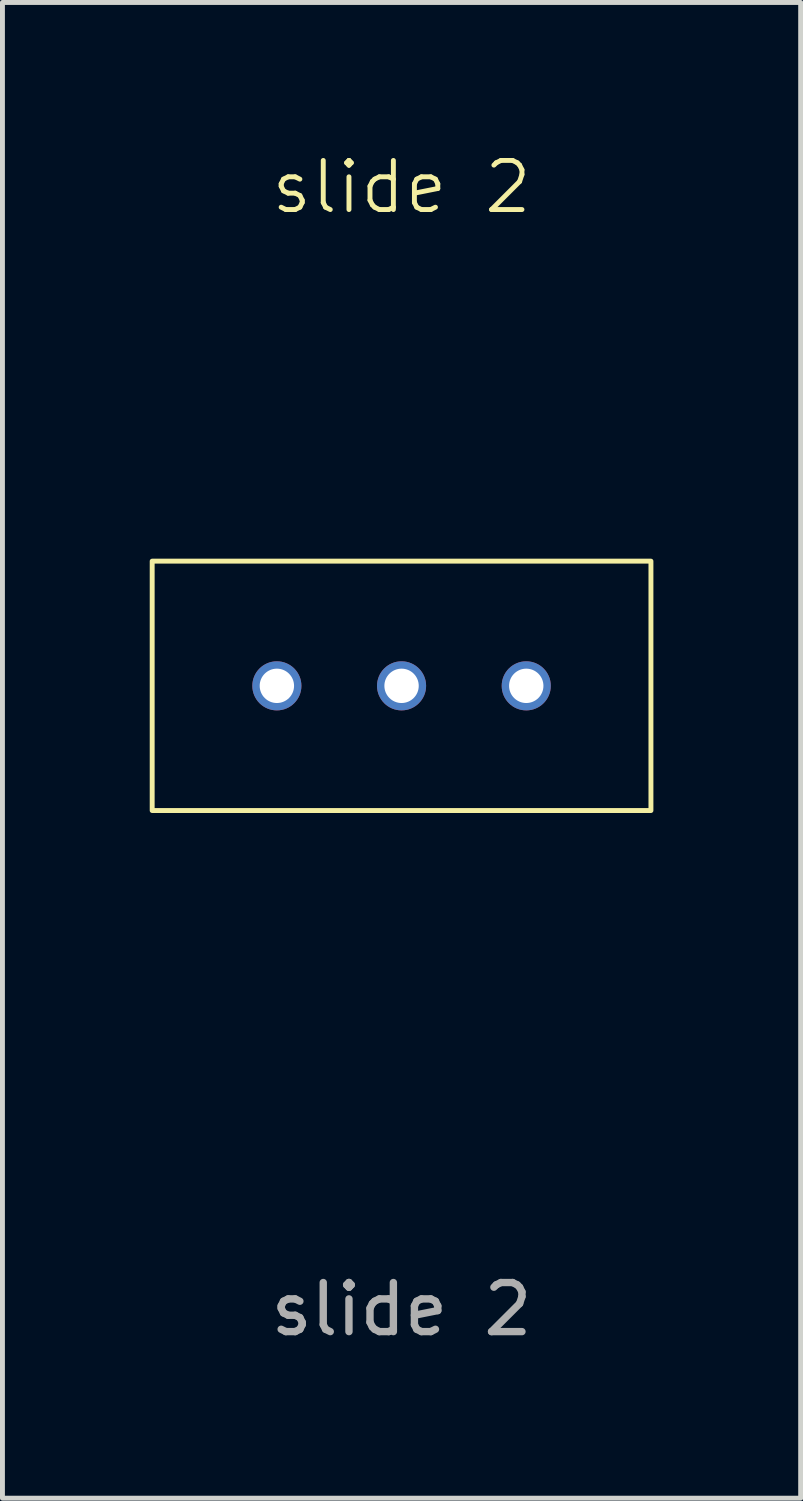
<source format=kicad_pcb>
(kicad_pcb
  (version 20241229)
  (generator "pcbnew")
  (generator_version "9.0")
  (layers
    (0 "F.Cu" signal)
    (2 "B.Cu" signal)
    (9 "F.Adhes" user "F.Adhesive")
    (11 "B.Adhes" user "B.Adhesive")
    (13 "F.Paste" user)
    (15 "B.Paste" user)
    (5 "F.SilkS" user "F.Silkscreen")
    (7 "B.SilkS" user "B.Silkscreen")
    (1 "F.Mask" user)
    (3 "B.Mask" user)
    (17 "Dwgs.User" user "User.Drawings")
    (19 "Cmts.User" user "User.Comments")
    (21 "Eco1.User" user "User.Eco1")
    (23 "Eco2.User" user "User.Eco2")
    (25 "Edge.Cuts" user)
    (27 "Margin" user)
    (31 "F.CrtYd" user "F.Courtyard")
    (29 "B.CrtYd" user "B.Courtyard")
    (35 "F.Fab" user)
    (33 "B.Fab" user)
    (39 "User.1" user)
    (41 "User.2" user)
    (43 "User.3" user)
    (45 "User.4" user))
  (footprint "slide 2"
    (layer "F.Cu")
    (at 5.13 10.921)
    (property "Reference" "slide 2" (at 0 -10.16 0) (unlocked yes) (layer "F.SilkS") (effects (font (size 1 1) (thickness 0.1))))
    (attr smd)
    (fp_rect (start -5.08 -2.54) (end 5.08 2.54) (stroke (width 0.1) (type default)) (fill no) (layer "F.SilkS"))
    (fp_text user "${REFERENCE}" (at 0 12.7 0) (unlocked yes) (layer "F.Fab") (effects (font (size 1 1) (thickness 0.15))))
    (pad "1" thru_hole circle (at -2.54 0) (size 1 1) (drill 0.7) (layers "*.Cu" "*.Mask"))
    (pad "2" thru_hole circle (at 0 0) (size 1 1) (drill 0.7) (layers "*.Cu" "*.Mask"))
    (pad "3" thru_hole circle (at 2.54 0) (size 1 1) (drill 0.7) (layers "*.Cu" "*.Mask")))
  (gr_rect
    (start -3 -3)
    (end 13.26 27.469)
    (stroke (width 0.1) (type default))
    (fill no)
    (layer "Edge.Cuts")))
</source>
